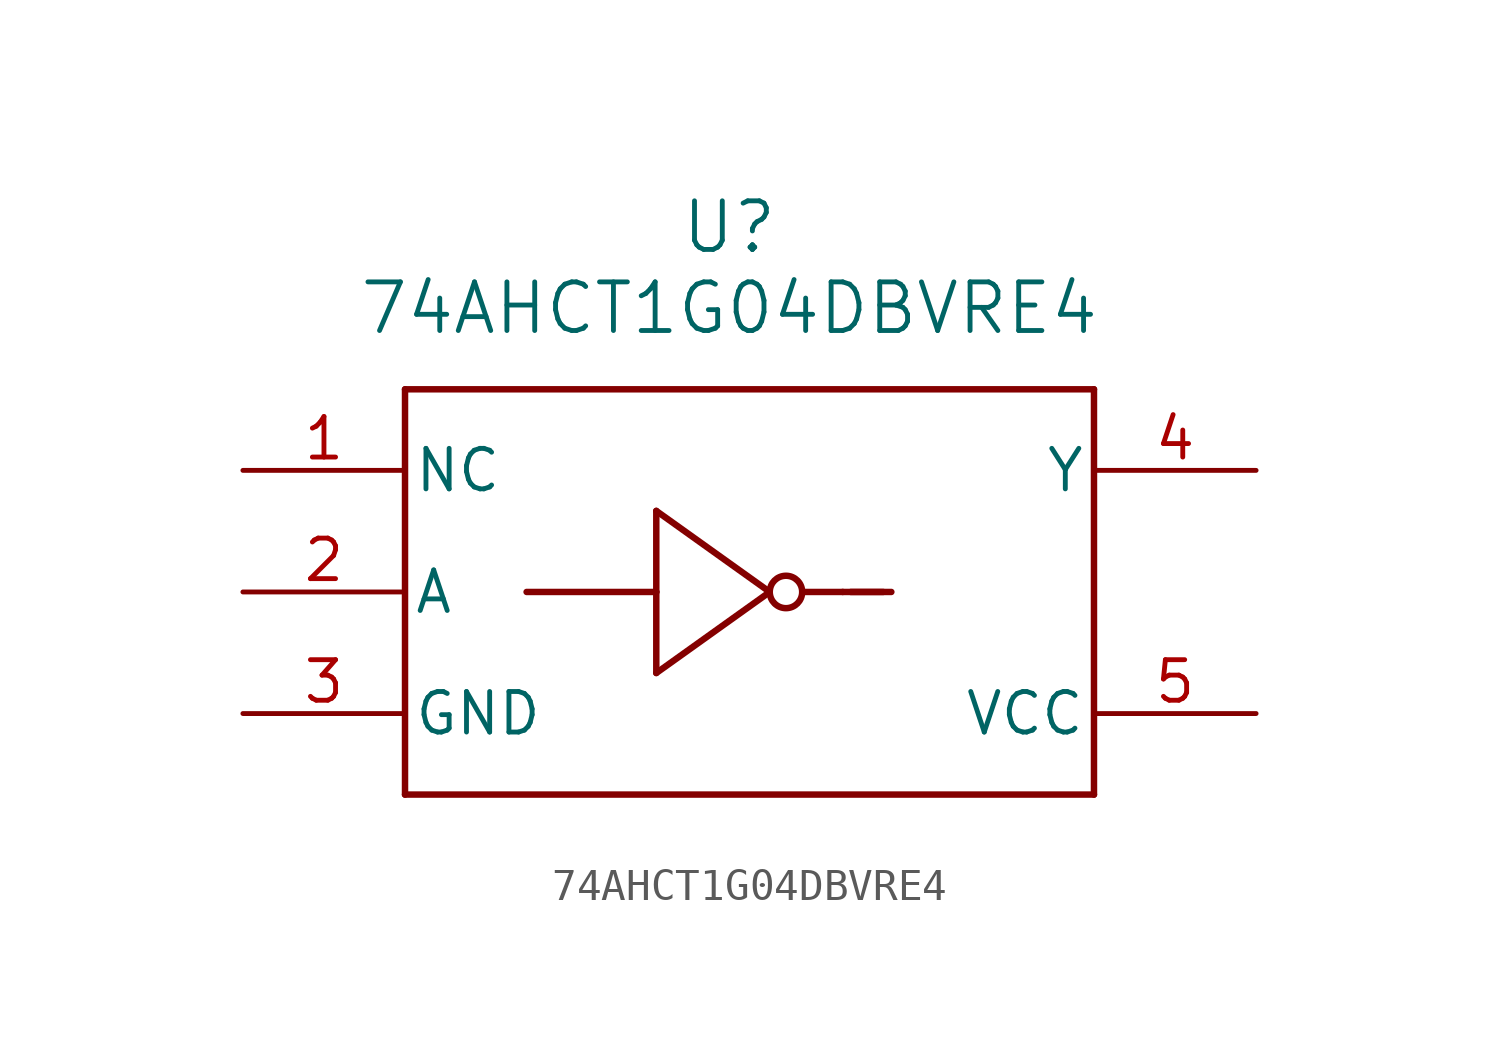
<source format=kicad_sym>
(kicad_symbol_lib
  (version 20220914)
  (generator kicad_symbol_editor)
  (symbol "74AHCT1G04DBVRE4"
    (pin_names
      (offset 0.254))
    (property "Reference" "U"
      (at 15.24 7.62 0)
      (effects (font (size 1.524 1.524))))
    (property "Value" "74AHCT1G04DBVRE4"
      (at 15.24 5.08 0)
      (effects (font (size 1.524 1.524))))
    (property "ki_locked" ""
      (at 0 0 0)
      (effects (font (size 1.27 1.27))))
    (symbol "74AHCT1G04DBVRE4_0_1"
      (polyline (pts (xy 5.08 -10.16) (xy 26.67 -10.16)) (stroke (width 0.203) (type default)) (fill (type none)))
      (polyline (pts (xy 5.08 2.54) (xy 5.08 -10.16)) (stroke (width 0.203) (type default)) (fill (type none)))
      (polyline (pts (xy 8.89 -3.81) (xy 12.954 -3.81)) (stroke (width 0.203) (type default)) (fill (type none)))
      (polyline (pts (xy 12.954 -6.35) (xy 12.954 -3.81)) (stroke (width 0.203) (type default)) (fill (type none)))
      (polyline (pts (xy 12.954 -3.81) (xy 12.954 -1.27)) (stroke (width 0.203) (type default)) (fill (type none)))
      (polyline (pts (xy 12.954 -1.27) (xy 16.51 -3.81)) (stroke (width 0.203) (type default)) (fill (type none)))
      (polyline (pts (xy 16.51 -3.81) (xy 12.954 -6.35)) (stroke (width 0.203) (type default)) (fill (type none)))
      (polyline (pts (xy 18.796 -3.81) (xy 17.526 -3.81)) (stroke (width 0.203) (type default)) (fill (type none)))
      (polyline (pts (xy 18.796 -3.81) (xy 20.066 -3.81)) (stroke (width 0.203) (type default)) (fill (type none)))
      (polyline (pts (xy 19.05 -3.81) (xy 20.32 -3.81)) (stroke (width 0.203) (type default)) (fill (type none)))
      (polyline (pts (xy 26.67 -10.16) (xy 26.67 2.54)) (stroke (width 0.203) (type default)) (fill (type none)))
      (polyline (pts (xy 26.67 2.54) (xy 5.08 2.54)) (stroke (width 0.203) (type default)) (fill (type none)))
      (circle (center 17.018 -3.81) (radius 0.508) (stroke (width 0.203) (type default)) (fill (type none)))
      (pin unspecified line (at 0 0 0) (length 5.08) (name "NC" (effects (font (size 1.27 1.27)))) (number "1" (effects (font (size 1.27 1.27)))))
      (pin input line (at 0 -3.81 0) (length 5.08) (name "A" (effects (font (size 1.27 1.27)))) (number "2" (effects (font (size 1.27 1.27)))))
      (pin power_in line (at 0 -7.62 0) (length 5.08) (name "GND" (effects (font (size 1.27 1.27)))) (number "3" (effects (font (size 1.27 1.27)))))
      (pin output line (at 31.75 0 180) (length 5.08) (name "Y" (effects (font (size 1.27 1.27)))) (number "4" (effects (font (size 1.27 1.27)))))
      (pin power_in line (at 31.75 -7.62 180) (length 5.08) (name "VCC" (effects (font (size 1.27 1.27)))) (number "5" (effects (font (size 1.27 1.27))))))))
</source>
